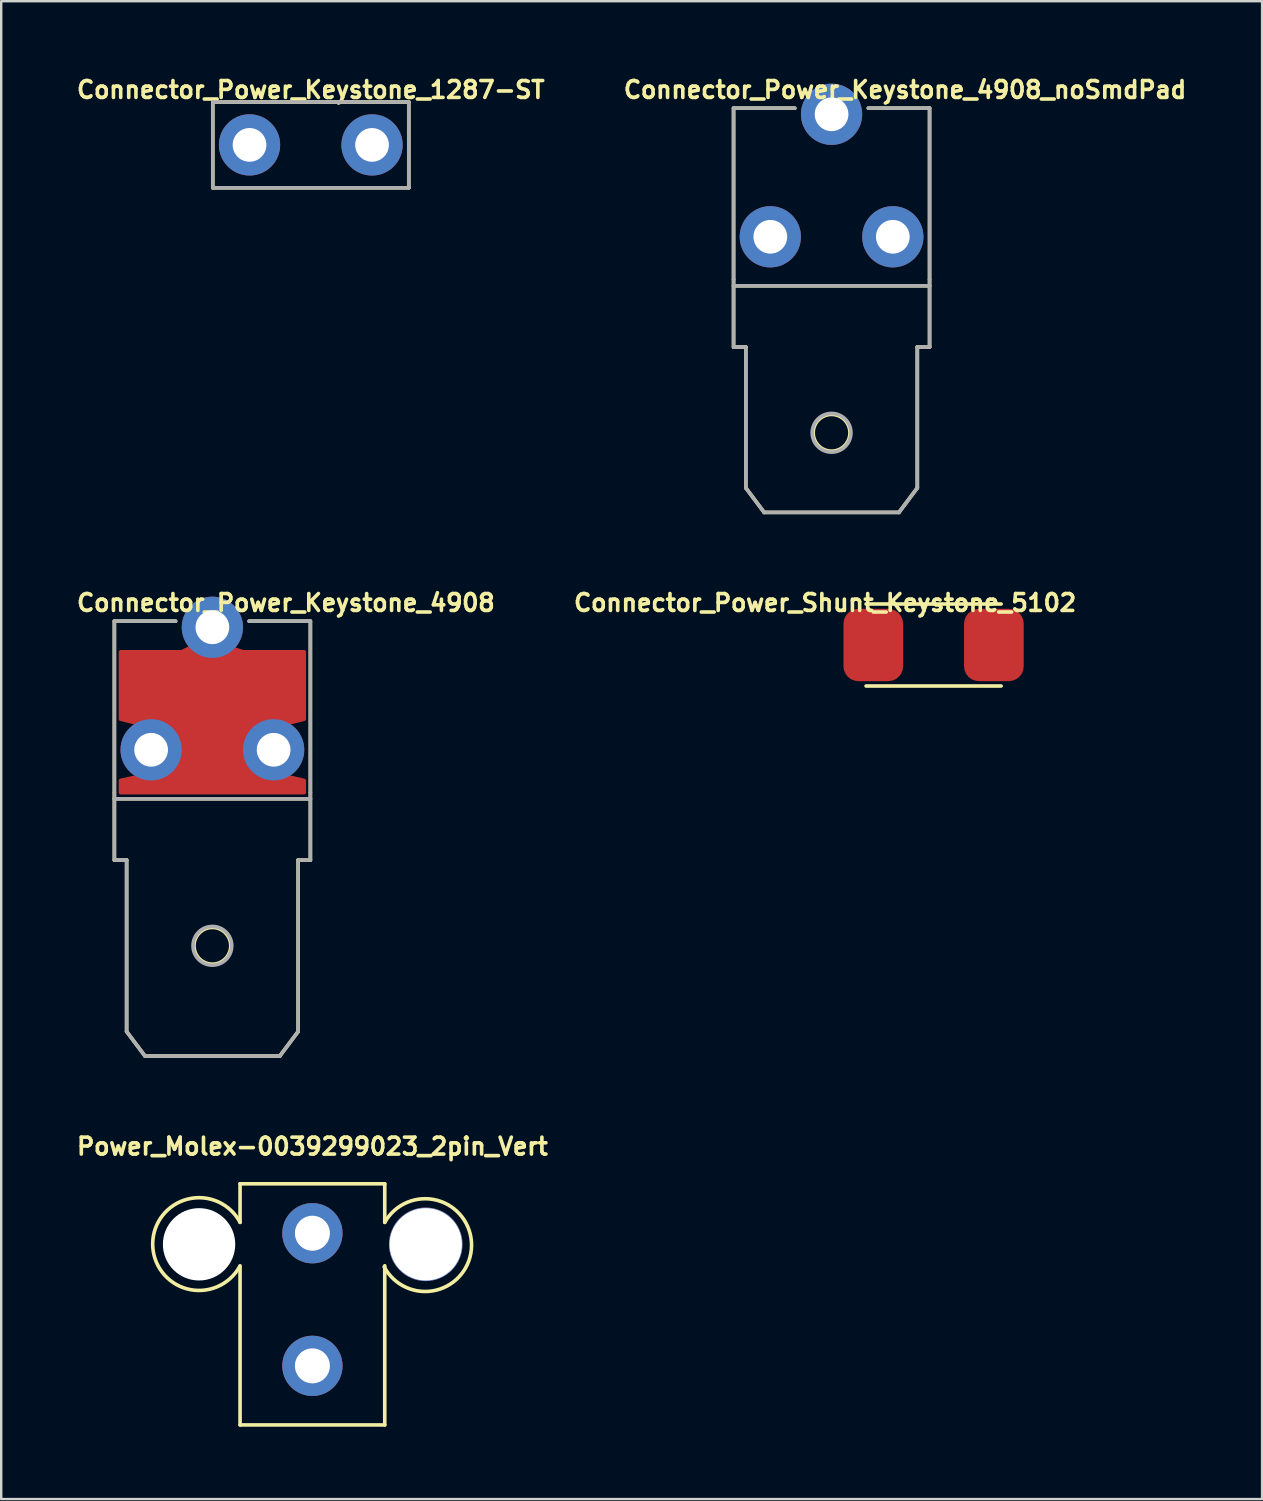
<source format=kicad_pcb>
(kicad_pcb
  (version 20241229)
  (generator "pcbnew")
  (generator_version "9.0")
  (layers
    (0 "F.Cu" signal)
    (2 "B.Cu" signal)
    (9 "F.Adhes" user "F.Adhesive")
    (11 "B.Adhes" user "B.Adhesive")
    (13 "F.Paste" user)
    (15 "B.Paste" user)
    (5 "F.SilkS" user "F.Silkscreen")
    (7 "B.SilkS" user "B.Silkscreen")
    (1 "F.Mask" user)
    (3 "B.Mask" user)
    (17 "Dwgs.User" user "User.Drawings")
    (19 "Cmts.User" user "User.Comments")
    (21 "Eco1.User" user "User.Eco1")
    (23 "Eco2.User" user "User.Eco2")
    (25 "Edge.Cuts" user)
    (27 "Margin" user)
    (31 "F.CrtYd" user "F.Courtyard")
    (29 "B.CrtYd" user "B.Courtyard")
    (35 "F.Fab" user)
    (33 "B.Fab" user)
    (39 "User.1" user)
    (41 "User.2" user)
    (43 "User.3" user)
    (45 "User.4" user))
  (footprint "Connector_Power_Keystone_4908"
    (layer "F.Cu")
    (at 5.757 25.503)
    (property "Reference" "Connector_Power_Keystone_4908" (at 3.048 -3.556 0) (layer "F.SilkS") (effects (font (size 0.7 0.7) (thickness 0.15))))
    (attr through_hole)
    (fp_line (start -4.064 -2.794) (end -4.064 4.318) (stroke (width 0.15) (type solid)) (layer "F.SilkS"))
    (fp_line (start -4.064 4.572) (end 4.064 4.572) (stroke (width 0.15) (type solid)) (layer "F.SilkS"))
    (fp_line (start -4.064 7.112) (end -4.064 4.318) (stroke (width 0.15) (type solid)) (layer "F.SilkS"))
    (fp_line (start -3.556 7.112) (end -4.064 7.112) (stroke (width 0.15) (type solid)) (layer "F.SilkS"))
    (fp_line (start -3.556 7.112) (end -3.556 14.224) (stroke (width 0.15) (type solid)) (layer "F.SilkS"))
    (fp_line (start -3.556 14.224) (end -2.794 15.24) (stroke (width 0.15) (type solid)) (layer "F.SilkS"))
    (fp_line (start -1.524 -2.794) (end -4.064 -2.794) (stroke (width 0.15) (type solid)) (layer "F.SilkS"))
    (fp_line (start 2.794 15.24) (end -2.794 15.24) (stroke (width 0.15) (type solid)) (layer "F.SilkS"))
    (fp_line (start 2.794 15.24) (end 3.556 14.224) (stroke (width 0.15) (type solid)) (layer "F.SilkS"))
    (fp_line (start 3.556 7.112) (end 3.556 14.224) (stroke (width 0.15) (type solid)) (layer "F.SilkS"))
    (fp_line (start 3.556 7.112) (end 4.064 7.112) (stroke (width 0.15) (type solid)) (layer "F.SilkS"))
    (fp_line (start 4.064 -2.794) (end 1.524 -2.794) (stroke (width 0.15) (type solid)) (layer "F.SilkS"))
    (fp_line (start 4.064 4.318) (end 4.064 -2.794) (stroke (width 0.15) (type solid)) (layer "F.SilkS"))
    (fp_line (start 4.064 7.112) (end 4.064 4.318) (stroke (width 0.15) (type solid)) (layer "F.SilkS"))
    (fp_circle (center 0 10.668) (end 0 9.906) (stroke (width 0.15) (type solid)) (fill no) (layer "F.SilkS"))
    (fp_line (start -4.064 -2.794) (end -4.064 7.112) (stroke (width 0.15) (type solid)) (layer "F.Fab"))
    (fp_line (start -4.064 4.572) (end 4.064 4.572) (stroke (width 0.15) (type solid)) (layer "F.Fab"))
    (fp_line (start -4.064 7.112) (end -3.556 7.112) (stroke (width 0.15) (type solid)) (layer "F.Fab"))
    (fp_line (start -3.556 7.112) (end -3.556 14.224) (stroke (width 0.15) (type solid)) (layer "F.Fab"))
    (fp_line (start -3.556 14.224) (end -2.794 15.24) (stroke (width 0.15) (type solid)) (layer "F.Fab"))
    (fp_line (start -2.794 15.24) (end 2.794 15.24) (stroke (width 0.15) (type solid)) (layer "F.Fab"))
    (fp_line (start -1.524 -2.794) (end -4.064 -2.794) (stroke (width 0.15) (type solid)) (layer "F.Fab"))
    (fp_line (start 2.794 15.24) (end 3.556 14.224) (stroke (width 0.15) (type solid)) (layer "F.Fab"))
    (fp_line (start 3.556 7.112) (end 4.064 7.112) (stroke (width 0.15) (type solid)) (layer "F.Fab"))
    (fp_line (start 3.556 14.224) (end 3.556 7.112) (stroke (width 0.15) (type solid)) (layer "F.Fab"))
    (fp_line (start 4.064 -2.794) (end 1.524 -2.794) (stroke (width 0.15) (type solid)) (layer "F.Fab"))
    (fp_line (start 4.064 7.112) (end 4.064 -2.794) (stroke (width 0.15) (type solid)) (layer "F.Fab"))
    (fp_circle (center 0 10.668) (end 0.254 9.906) (stroke (width 0.15) (type solid)) (fill no) (layer "F.Fab"))
    (pad "1" smd roundrect (at -3.048 -1.016) (size 1.016 0.508) (layers "F.Cu" "F.Paste") (roundrect_rratio 0.25))
    (pad "1" smd roundrect (at -3.048 0) (size 1.016 1.016) (layers "F.Cu" "F.Paste") (roundrect_rratio 0.25))
    (pad "1" smd roundrect (at -3.048 1.016) (size 1.016 0.508) (layers "F.Cu" "F.Paste") (roundrect_rratio 0.25))
    (pad "1" smd roundrect (at -3.048 4.064) (size 1.016 0.508) (layers "F.Cu" "F.Paste") (roundrect_rratio 0.25))
    (pad "1" thru_hole circle (at -2.54 2.54) (size 2.54 2.54) (drill 1.397) (layers "*.Cu" "*.Mask"))
    (pad "1" smd roundrect (at -1.524 -1.016) (size 1.016 0.508) (layers "F.Cu" "F.Paste") (roundrect_rratio 0.25))
    (pad "1" smd roundrect (at -1.524 0) (size 1.016 1.016) (layers "F.Cu" "F.Paste") (roundrect_rratio 0.25))
    (pad "1" smd roundrect (at -1.524 1.27) (size 1.016 1.016) (layers "F.Cu" "F.Paste") (roundrect_rratio 0.25))
    (pad "1" smd roundrect (at -1.524 3.81) (size 1.016 1.016) (layers "F.Cu" "F.Paste") (roundrect_rratio 0.25))
    (pad "1" thru_hole circle (at 0 -2.54) (size 2.54 2.54) (drill 1.397) (layers "*.Cu" "*.Mask"))
    (pad "1" smd roundrect (at 0 -1.016) (size 1.016 0.508) (layers "F.Cu" "F.Paste") (roundrect_rratio 0.25))
    (pad "1" smd roundrect (at 0 0) (size 1.016 1.016) (layers "F.Cu" "F.Paste") (roundrect_rratio 0.25))
    (pad "1" smd custom (at 0 0.254) (size 2.54 2.54) (layers "F.Cu" "F.Mask") (options (anchor circle)) (primitives (gr_poly (pts (xy -1.27 -1.778) (xy -3.81 -1.778) (xy -3.81 1.016) (xy -2.794 1.27) (xy -2.032 1.27) (xy -1.27 2.54) (xy -1.524 3.048) (xy -3.81 3.556) (xy -3.81 4.064) (xy 3.81 4.064) (xy 3.81 3.556) (xy 1.524 3.048) (xy 1.27 2.54) (xy 2.032 1.27) (xy 2.794 1.27) (xy 3.81 1.016) (xy 3.81 -1.778) (xy 1.27 -1.778) (xy 0.508 -2.032) (xy -0.762 -2.032)) (width 0.15) (fill yes))))
    (pad "1" smd roundrect (at 0 1.27) (size 1.016 1.016) (layers "F.Cu" "F.Paste") (roundrect_rratio 0.25))
    (pad "1" smd roundrect (at 0 2.54) (size 1.016 1.016) (layers "F.Cu" "F.Paste") (roundrect_rratio 0.25))
    (pad "1" smd roundrect (at 0 3.81) (size 1.016 1.016) (layers "F.Cu" "F.Paste") (roundrect_rratio 0.25))
    (pad "1" smd roundrect (at 1.524 -1.016) (size 1.016 0.508) (layers "F.Cu" "F.Paste") (roundrect_rratio 0.25))
    (pad "1" smd roundrect (at 1.524 0) (size 1.016 1.016) (layers "F.Cu" "F.Paste") (roundrect_rratio 0.25))
    (pad "1" smd roundrect (at 1.524 1.27) (size 1.016 1.016) (layers "F.Cu" "F.Paste") (roundrect_rratio 0.25))
    (pad "1" smd roundrect (at 1.524 3.81) (size 1.016 1.016) (layers "F.Cu" "F.Paste") (roundrect_rratio 0.25))
    (pad "1" thru_hole circle (at 2.54 2.54) (size 2.54 2.54) (drill 1.397) (layers "*.Cu" "*.Mask"))
    (pad "1" smd roundrect (at 3.048 -1.016) (size 1.016 0.508) (layers "F.Cu" "F.Paste") (roundrect_rratio 0.25))
    (pad "1" smd roundrect (at 3.048 0) (size 1.016 1.016) (layers "F.Cu" "F.Paste") (roundrect_rratio 0.25))
    (pad "1" smd roundrect (at 3.048 1.016) (size 1.016 0.508) (layers "F.Cu" "F.Paste") (roundrect_rratio 0.25))
    (pad "1" smd roundrect (at 3.048 4.064) (size 1.016 0.508) (layers "F.Cu" "F.Paste") (roundrect_rratio 0.25)))
  (footprint "Connector_Power_Shunt_Keystone_5102"
    (layer "F.Cu")
    (at 35.665 23.697)
    (property "Reference" "Connector_Power_Shunt_Keystone_5102" (at -4.5 -1.75 0) (layer "F.SilkS") (effects (font (size 0.7 0.7) (thickness 0.15))))
    (attr smd)
    (fp_line (start -2.8 -1.7) (end 2.8 -1.7) (stroke (width 0.15) (type solid)) (layer "F.SilkS"))
    (fp_line (start -2.8 1.7) (end 2.8 1.7) (stroke (width 0.15) (type solid)) (layer "F.SilkS"))
    (pad "1" smd roundrect (at -2.5 0) (size 2.475 3) (layers "F.Cu" "F.Mask" "F.Paste") (roundrect_rratio 0.25))
    (pad "2" smd roundrect (at 2.5 0) (size 2.475 3) (layers "F.Cu" "F.Mask" "F.Paste") (roundrect_rratio 0.25)))
  (footprint "Power_Molex-0039299023_2pin_Vert"
    (layer "F.Cu")
    (at 9.905 50.84)
    (property "Reference" "Power_Molex-0039299023_2pin_Vert" (at 0 -6.35 0) (layer "F.SilkS") (effects (font (size 0.7 0.7) (thickness 0.15))))
    (attr through_hole)
    (fp_line (start -3 -4.8) (end 3 -4.8) (stroke (width 0.15) (type solid)) (layer "F.SilkS"))
    (fp_line (start -3 -3.2) (end -3 -4.8) (stroke (width 0.15) (type solid)) (layer "F.SilkS"))
    (fp_line (start -3 5.2) (end -3 -1.4) (stroke (width 0.15) (type solid)) (layer "F.SilkS"))
    (fp_line (start 3 -3.2) (end 3 -4.8) (stroke (width 0.15) (type solid)) (layer "F.SilkS"))
    (fp_line (start 3 -1.4) (end 3 5.2) (stroke (width 0.15) (type solid)) (layer "F.SilkS"))
    (fp_line (start 3 5.2) (end -3 5.2) (stroke (width 0.15) (type solid)) (layer "F.SilkS"))
    (fp_arc (start -3.023492 -1.356964) (mid -6.623381 -2.324515) (end -3.000001 -3.199999) (stroke (width 0.15) (type solid)) (layer "F.SilkS"))
    (fp_arc (start 3 -3.2) (mid 6.599889 -2.232449) (end 2.976509 -1.356965) (stroke (width 0.15) (type solid)) (layer "F.SilkS"))
    (pad "" np_thru_hole circle (at -4.7 -2.29) (size 3 3) (drill 3) (layers "*.Cu" "*.Mask"))
    (pad "" np_thru_hole circle (at 4.7 -2.29) (size 3.05 3.05) (drill 3) (layers "*.Cu" "*.Mask"))
    (pad "1" thru_hole circle (at 0 2.75) (size 2.5 2.5) (drill 1.45) (layers "*.Cu" "*.Mask"))
    (pad "2" thru_hole circle (at 0 -2.75) (size 2.5 2.5) (drill 1.45) (layers "*.Cu" "*.Mask")))
  (footprint "Connector_Power_Keystone_4908_noSmdPad"
    (layer "F.Cu")
    (at 31.434 4.229)
    (property "Reference" "Connector_Power_Keystone_4908_noSmdPad" (at 3.048 -3.556 0) (layer "F.SilkS") (effects (font (size 0.7 0.7) (thickness 0.15))))
    (attr through_hole)
    (fp_line (start -4.064 -2.794) (end -4.064 4.318) (stroke (width 0.15) (type solid)) (layer "F.SilkS"))
    (fp_line (start -4.064 4.572) (end 4.064 4.572) (stroke (width 0.15) (type solid)) (layer "F.SilkS"))
    (fp_line (start -4.064 7.112) (end -4.064 4.318) (stroke (width 0.15) (type solid)) (layer "F.SilkS"))
    (fp_line (start -3.556 7.112) (end -4.064 7.112) (stroke (width 0.15) (type solid)) (layer "F.SilkS"))
    (fp_line (start -3.556 7.112) (end -3.556 12.954) (stroke (width 0.15) (type solid)) (layer "F.SilkS"))
    (fp_line (start -3.556 12.954) (end -2.794 13.97) (stroke (width 0.15) (type solid)) (layer "F.SilkS"))
    (fp_line (start -1.524 -2.794) (end -4.064 -2.794) (stroke (width 0.15) (type solid)) (layer "F.SilkS"))
    (fp_line (start 2.794 13.97) (end -2.794 13.97) (stroke (width 0.15) (type solid)) (layer "F.SilkS"))
    (fp_line (start 2.794 13.97) (end 3.556 12.954) (stroke (width 0.15) (type solid)) (layer "F.SilkS"))
    (fp_line (start 3.556 7.112) (end 3.556 12.954) (stroke (width 0.15) (type solid)) (layer "F.SilkS"))
    (fp_line (start 3.556 7.112) (end 4.064 7.112) (stroke (width 0.15) (type solid)) (layer "F.SilkS"))
    (fp_line (start 4.064 -2.794) (end 1.524 -2.794) (stroke (width 0.15) (type solid)) (layer "F.SilkS"))
    (fp_line (start 4.064 4.318) (end 4.064 -2.794) (stroke (width 0.15) (type solid)) (layer "F.SilkS"))
    (fp_line (start 4.064 7.112) (end 4.064 4.318) (stroke (width 0.15) (type solid)) (layer "F.SilkS"))
    (fp_circle (center 0 10.668) (end 0 9.906) (stroke (width 0.15) (type solid)) (fill no) (layer "F.SilkS"))
    (fp_line (start -4.064 -2.794) (end -4.064 7.112) (stroke (width 0.15) (type solid)) (layer "F.Fab"))
    (fp_line (start -4.064 4.572) (end 4.064 4.572) (stroke (width 0.15) (type solid)) (layer "F.Fab"))
    (fp_line (start -4.064 7.112) (end -3.556 7.112) (stroke (width 0.15) (type solid)) (layer "F.Fab"))
    (fp_line (start -3.556 7.112) (end -3.556 12.954) (stroke (width 0.15) (type solid)) (layer "F.Fab"))
    (fp_line (start -3.556 12.954) (end -2.794 13.97) (stroke (width 0.15) (type solid)) (layer "F.Fab"))
    (fp_line (start -2.794 13.97) (end 2.794 13.97) (stroke (width 0.15) (type solid)) (layer "F.Fab"))
    (fp_line (start -1.524 -2.794) (end -4.064 -2.794) (stroke (width 0.15) (type solid)) (layer "F.Fab"))
    (fp_line (start 2.794 13.97) (end 3.556 12.954) (stroke (width 0.15) (type solid)) (layer "F.Fab"))
    (fp_line (start 3.556 7.112) (end 4.064 7.112) (stroke (width 0.15) (type solid)) (layer "F.Fab"))
    (fp_line (start 3.556 12.954) (end 3.556 7.112) (stroke (width 0.15) (type solid)) (layer "F.Fab"))
    (fp_line (start 4.064 -2.794) (end 1.524 -2.794) (stroke (width 0.15) (type solid)) (layer "F.Fab"))
    (fp_line (start 4.064 7.112) (end 4.064 -2.794) (stroke (width 0.15) (type solid)) (layer "F.Fab"))
    (fp_circle (center 0 10.668) (end 0.254 9.906) (stroke (width 0.15) (type solid)) (fill no) (layer "F.Fab"))
    (pad "1" thru_hole circle (at -2.54 2.54) (size 2.54 2.54) (drill 1.397) (layers "*.Cu" "*.Mask"))
    (pad "1" thru_hole circle (at 0 -2.54) (size 2.54 2.54) (drill 1.397) (layers "*.Cu" "*.Mask"))
    (pad "1" thru_hole circle (at 2.54 2.54) (size 2.54 2.54) (drill 1.397) (layers "*.Cu" "*.Mask")))
  (footprint "Connector_Power_Keystone_1287-ST"
    (layer "F.Cu")
    (at 9.838 2.959)
    (property "Reference" "Connector_Power_Keystone_1287-ST" (at 0 -2.286 0) (layer "F.SilkS") (effects (font (size 0.7 0.7) (thickness 0.15))))
    (attr through_hole)
    (fp_line (start -4.064 -1.778) (end -4.064 1.778) (stroke (width 0.15) (type solid)) (layer "F.SilkS"))
    (fp_line (start -4.064 -1.778) (end 4.064 -1.778) (stroke (width 0.15) (type solid)) (layer "F.SilkS"))
    (fp_line (start 4.064 -1.778) (end 4.064 1.778) (stroke (width 0.15) (type solid)) (layer "F.SilkS"))
    (fp_line (start 4.064 1.778) (end -4.064 1.778) (stroke (width 0.15) (type solid)) (layer "F.SilkS"))
    (fp_line (start -4.064 -1.778) (end -4.064 1.778) (stroke (width 0.15) (type solid)) (layer "F.Fab"))
    (fp_line (start -4.064 1.778) (end 4.064 1.778) (stroke (width 0.15) (type solid)) (layer "F.Fab"))
    (fp_line (start 4.064 -1.778) (end -4.064 -1.778) (stroke (width 0.15) (type solid)) (layer "F.Fab"))
    (fp_line (start 4.064 1.778) (end 4.064 -1.778) (stroke (width 0.15) (type solid)) (layer "F.Fab"))
    (pad "1" thru_hole circle (at -2.54 0) (size 2.54 2.54) (drill 1.397) (layers "*.Cu" "*.Mask"))
    (pad "1" thru_hole circle (at 2.54 0) (size 2.54 2.54) (drill 1.397) (layers "*.Cu" "*.Mask")))
  (gr_rect
    (start -3 -3)
    (end 49.287 59.115)
    (stroke (width 0.1) (type default))
    (fill no)
    (layer "Edge.Cuts")))
</source>
